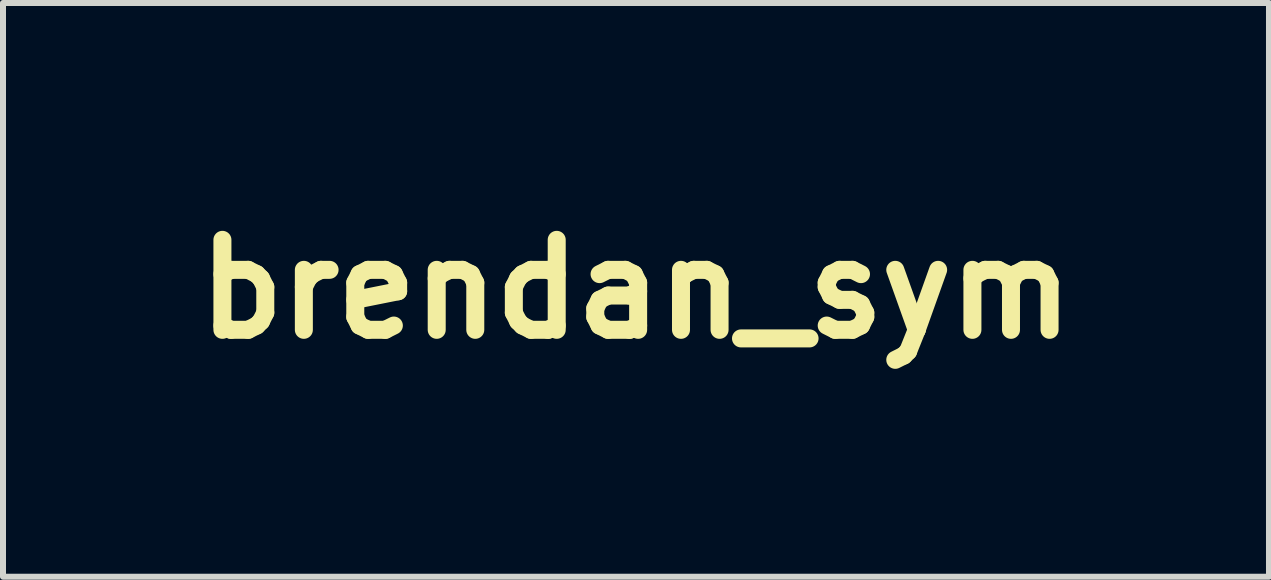
<source format=kicad_pcb>
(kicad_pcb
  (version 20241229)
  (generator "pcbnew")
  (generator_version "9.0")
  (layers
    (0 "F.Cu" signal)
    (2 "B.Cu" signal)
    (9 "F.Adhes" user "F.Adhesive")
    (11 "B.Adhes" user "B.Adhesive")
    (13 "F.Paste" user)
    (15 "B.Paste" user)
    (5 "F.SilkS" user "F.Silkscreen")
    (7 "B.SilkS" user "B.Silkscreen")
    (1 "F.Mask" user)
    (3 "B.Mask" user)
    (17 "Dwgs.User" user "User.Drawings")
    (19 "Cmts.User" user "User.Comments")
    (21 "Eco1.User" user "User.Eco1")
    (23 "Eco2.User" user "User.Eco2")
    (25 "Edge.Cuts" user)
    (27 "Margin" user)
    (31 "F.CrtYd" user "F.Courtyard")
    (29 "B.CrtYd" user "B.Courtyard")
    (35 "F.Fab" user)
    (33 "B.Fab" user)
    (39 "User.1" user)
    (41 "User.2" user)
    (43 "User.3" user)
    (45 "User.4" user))
  (footprint "brendan_sym"
    (layer "F.Cu")
    (at 7.55 1.769)
    (property "Reference" "brendan_sym" (at 0 0 0) (layer "F.SilkS") (effects (font (size 1.5 1.5) (thickness 0.3))))
    (attr board_only exclude_from_pos_files exclude_from_bom)
    (fp_poly (pts (xy 5.668 -0.23) (xy 5.686 -0.219) (xy 5.717 -0.194) (xy 5.733 -0.161) (xy 5.736 -0.105) (xy 5.734 -0.045) (xy 5.733 0.044) (xy 5.747 0.094) (xy 5.78 0.109) (xy 5.836 0.096) (xy 5.839 0.095) (xy 5.895 0.079) (xy 5.926 0.076) (xy 5.996 0.074) (xy 6.031 0.055) (xy 6.041 0.014) (xy 6.041 0.011) (xy 6.051 -0.033) (xy 6.088 -0.065) (xy 6.157 -0.09) (xy 6.239 -0.107) (xy 6.323 -0.117) (xy 6.411 -0.121) (xy 6.487 -0.119) (xy 6.539 -0.111) (xy 6.55 -0.105) (xy 6.558 -0.074) (xy 6.563 -0.007) (xy 6.565 0.087) (xy 6.564 0.197) (xy 6.561 0.312) (xy 6.556 0.424) (xy 6.549 0.521) (xy 6.541 0.593) (xy 6.535 0.62) (xy 6.487 0.722) (xy 6.417 0.786) (xy 6.33 0.809) (xy 6.23 0.788) (xy 6.204 0.776) (xy 6.153 0.753) (xy 6.107 0.745) (xy 6.047 0.752) (xy 5.984 0.765) (xy 5.876 0.782) (xy 5.806 0.778) (xy 5.797 0.774) (xy 5.733 0.765) (xy 5.695 0.773) (xy 5.608 0.781) (xy 5.499 0.752) (xy 5.452 0.731) (xy 5.405 0.696) (xy 5.389 0.645) (xy 5.388 0.619) (xy 5.386 0.605) (xy 5.484 0.605) (xy 5.499 0.629) (xy 5.515 0.642) (xy 5.581 0.672) (xy 5.631 0.671) (xy 5.836 0.671) (xy 5.867 0.67) (xy 5.868 0.669) (xy 5.923 0.656) (xy 5.988 0.641) (xy 6.049 0.62) (xy 6.058 0.607) (xy 6.204 0.607) (xy 6.224 0.654) (xy 6.271 0.679) (xy 6.329 0.678) (xy 6.356 0.666) (xy 6.393 0.627) (xy 6.402 0.598) (xy 6.394 0.565) (xy 6.385 0.56) (xy 6.352 0.56) (xy 6.294 0.56) (xy 6.286 0.56) (xy 6.23 0.565) (xy 6.207 0.585) (xy 6.204 0.607) (xy 6.058 0.607) (xy 6.067 0.595) (xy 6.044 0.573) (xy 5.984 0.561) (xy 5.959 0.56) (xy 5.897 0.564) (xy 5.859 0.575) (xy 5.854 0.581) (xy 5.847 0.62) (xy 5.839 0.642) (xy 5.836 0.671) (xy 5.631 0.671) (xy 5.648 0.67) (xy 5.686 0.648) (xy 5.715 0.604) (xy 5.7 0.574) (xy 5.644 0.56) (xy 5.627 0.56) (xy 5.56 0.566) (xy 5.509 0.581) (xy 5.505 0.584) (xy 5.484 0.605) (xy 5.386 0.605) (xy 5.382 0.561) (xy 5.366 0.526) (xy 5.365 0.525) (xy 5.351 0.493) (xy 5.344 0.429) (xy 5.342 0.345) (xy 5.343 0.342) (xy 5.435 0.342) (xy 5.436 0.414) (xy 5.443 0.448) (xy 5.459 0.453) (xy 5.479 0.444) (xy 5.521 0.435) (xy 5.602 0.43) (xy 5.717 0.428) (xy 5.858 0.429) (xy 5.868 0.43) (xy 6.006 0.433) (xy 6.106 0.432) (xy 6.174 0.429) (xy 6.216 0.421) (xy 6.242 0.408) (xy 6.247 0.404) (xy 6.294 0.38) (xy 6.368 0.382) (xy 6.372 0.383) (xy 6.461 0.397) (xy 6.461 0.199) (xy 6.461 0) (xy 6.382 0) (xy 6.301 0.005) (xy 6.23 0.015) (xy 6.18 0.031) (xy 6.161 0.063) (xy 6.158 0.108) (xy 6.158 0.187) (xy 6.012 0.191) (xy 5.918 0.194) (xy 5.831 0.197) (xy 5.784 0.198) (xy 5.72 0.204) (xy 5.673 0.218) (xy 5.671 0.219) (xy 5.629 0.221) (xy 5.603 0.202) (xy 5.579 0.163) (xy 5.59 0.115) (xy 5.592 0.111) (xy 5.612 0.054) (xy 5.628 -0.022) (xy 5.631 -0.041) (xy 5.637 -0.105) (xy 5.627 -0.135) (xy 5.612 -0.14) (xy 5.542 -0.125) (xy 5.509 -0.08) (xy 5.505 -0.047) (xy 5.497 0.016) (xy 5.477 0.094) (xy 5.47 0.117) (xy 5.449 0.201) (xy 5.436 0.3) (xy 5.435 0.342) (xy 5.343 0.342) (xy 5.347 0.254) (xy 5.358 0.17) (xy 5.368 0.128) (xy 5.386 0.048) (xy 5.403 -0.048) (xy 5.409 -0.093) (xy 5.423 -0.22) (xy 5.527 -0.238) (xy 5.609 -0.245)) (stroke (width 0) (type solid)) (fill yes) (layer "F.Mask"))
    (fp_poly (pts (xy 5.002 -1.764) (xy 5.129 -1.742) (xy 5.203 -1.715) (xy 5.317 -1.637) (xy 5.404 -1.532) (xy 5.465 -1.397) (xy 5.5 -1.228) (xy 5.513 -1.021) (xy 5.513 -0.991) (xy 5.495 -0.767) (xy 5.445 -0.572) (xy 5.359 -0.403) (xy 5.235 -0.256) (xy 5.127 -0.163) (xy 4.988 -0.058) (xy 5.104 -0.039) (xy 5.186 -0.017) (xy 5.233 0.015) (xy 5.242 0.053) (xy 5.227 0.076) (xy 5.196 0.086) (xy 5.129 0.094) (xy 5.036 0.1) (xy 4.941 0.104) (xy 4.831 0.107) (xy 4.745 0.113) (xy 4.668 0.125) (xy 4.588 0.145) (xy 4.49 0.176) (xy 4.368 0.219) (xy 4.176 0.283) (xy 3.957 0.35) (xy 3.728 0.415) (xy 3.507 0.473) (xy 3.319 0.517) (xy 3.239 0.539) (xy 3.181 0.574) (xy 3.125 0.635) (xy 3.115 0.647) (xy 3.002 0.772) (xy 2.884 0.858) (xy 2.748 0.913) (xy 2.652 0.935) (xy 2.547 0.941) (xy 2.46 0.924) (xy 2.403 0.887) (xy 2.397 0.879) (xy 2.38 0.812) (xy 2.383 0.798) (xy 2.519 0.798) (xy 2.539 0.814) (xy 2.59 0.816) (xy 2.661 0.804) (xy 2.74 0.781) (xy 2.787 0.761) (xy 2.851 0.726) (xy 2.911 0.686) (xy 2.957 0.648) (xy 2.981 0.619) (xy 2.974 0.607) (xy 2.972 0.607) (xy 2.913 0.616) (xy 2.834 0.639) (xy 2.746 0.671) (xy 2.659 0.708) (xy 2.585 0.745) (xy 2.535 0.777) (xy 2.519 0.798) (xy 2.383 0.798) (xy 2.396 0.736) (xy 2.432 0.682) (xy 2.484 0.626) (xy 2.414 0.642) (xy 2.357 0.656) (xy 2.272 0.677) (xy 2.177 0.701) (xy 2.172 0.702) (xy 2.008 0.737) (xy 1.85 0.758) (xy 1.709 0.765) (xy 1.596 0.756) (xy 1.549 0.745) (xy 1.471 0.728) (xy 1.375 0.72) (xy 1.329 0.72) (xy 1.242 0.72) (xy 1.182 0.705) (xy 1.139 0.679) (xy 1.078 0.631) (xy 1.017 0.679) (xy 0.936 0.727) (xy 0.829 0.77) (xy 0.716 0.802) (xy 0.618 0.816) (xy 0.611 0.816) (xy 0.524 0.8) (xy 0.465 0.754) (xy 0.443 0.684) (xy 0.443 0.68) (xy 0.438 0.64) (xy 0.429 0.63) (xy 0.408 0.646) (xy 0.365 0.688) (xy 0.312 0.744) (xy 0.212 0.843) (xy 0.114 0.915) (xy 0.024 0.958) (xy -0.052 0.971) (xy -0.108 0.949) (xy -0.124 0.931) (xy -0.138 0.877) (xy -0.119 0.81) (xy -0.087 0.761) (xy 0.093 0.761) (xy 0.108 0.757) (xy 0.146 0.727) (xy 0.175 0.7) (xy 0.22 0.653) (xy 0.244 0.619) (xy 0.246 0.611) (xy 0.225 0.619) (xy 0.187 0.651) (xy 0.144 0.693) (xy 0.109 0.734) (xy 0.093 0.76) (xy 0.093 0.761) (xy -0.087 0.761) (xy -0.064 0.727) (xy 0.027 0.623) (xy 0.043 0.607) (xy 0.112 0.536) (xy 0.155 0.49) (xy 0.169 0.47) (xy 0.154 0.478) (xy 0.107 0.514) (xy 0.028 0.578) (xy -0.084 0.672) (xy -0.105 0.689) (xy -0.231 0.791) (xy -0.356 0.887) (xy -0.474 0.972) (xy -0.578 1.041) (xy -0.662 1.091) (xy -0.72 1.117) (xy -0.734 1.12) (xy -0.779 1.099) (xy -0.814 1.047) (xy -0.833 0.98) (xy -0.831 0.93) (xy -0.817 0.858) (xy -0.899 0.931) (xy -0.951 0.974) (xy -0.99 0.999) (xy -1 1.003) (xy -1.026 1.018) (xy -1.073 1.056) (xy -1.116 1.096) (xy -1.219 1.174) (xy -1.324 1.222) (xy -1.425 1.24) (xy -1.515 1.229) (xy -1.588 1.191) (xy -1.635 1.127) (xy -1.648 1.054) (xy -1.515 1.054) (xy -1.503 1.101) (xy -1.501 1.104) (xy -1.456 1.118) (xy -1.381 1.102) (xy -1.318 1.076) (xy -1.249 1.038) (xy -1.194 0.997) (xy -1.183 0.987) (xy -1.151 0.937) (xy -1.115 0.866) (xy -1.083 0.786) (xy -1.058 0.711) (xy -1.046 0.654) (xy -1.049 0.631) (xy -1.08 0.619) (xy -1.141 0.623) (xy -1.215 0.638) (xy -1.29 0.664) (xy -1.342 0.69) (xy -1.392 0.74) (xy -1.44 0.813) (xy -1.479 0.898) (xy -1.506 0.982) (xy -1.515 1.054) (xy -1.648 1.054) (xy -1.651 1.037) (xy -1.65 1.009) (xy -1.643 0.949) (xy -1.641 0.913) (xy -1.641 0.91) (xy -1.667 0.918) (xy -1.724 0.938) (xy -1.799 0.966) (xy -1.88 0.997) (xy -1.956 1.026) (xy -2.013 1.049) (xy -2.028 1.055) (xy -2.113 1.079) (xy -2.175 1.064) (xy -2.209 1.012) (xy -2.215 0.963) (xy -2.218 0.937) (xy -2.229 0.928) (xy -2.259 0.937) (xy -2.316 0.965) (xy -2.373 0.996) (xy -2.461 1.046) (xy -2.543 1.096) (xy -2.601 1.135) (xy -2.603 1.136) (xy -2.683 1.18) (xy -2.744 1.182) (xy -2.783 1.143) (xy -2.797 1.066) (xy -2.795 1.027) (xy -2.794 0.961) (xy -2.805 0.933) (xy -2.828 0.947) (xy -2.834 0.957) (xy -2.864 0.981) (xy -2.918 1.009) (xy -2.927 1.013) (xy -2.983 1.041) (xy -3.063 1.087) (xy -3.152 1.143) (xy -3.183 1.163) (xy -3.326 1.249) (xy -3.452 1.306) (xy -3.578 1.339) (xy -3.718 1.352) (xy -3.767 1.353) (xy -3.877 1.355) (xy -3.988 1.356) (xy -4.078 1.358) (xy -4.08 1.358) (xy -4.158 1.356) (xy -4.207 1.343) (xy -4.246 1.313) (xy -4.26 1.297) (xy -4.298 1.241) (xy -4.315 1.191) (xy -4.315 1.187) (xy -4.313 1.179) (xy -4.168 1.179) (xy -4.15 1.215) (xy -4.094 1.23) (xy -4.014 1.232) (xy -3.929 1.218) (xy -3.921 1.216) (xy -3.877 1.189) (xy -3.845 1.13) (xy -3.845 1.129) (xy -3.698 1.129) (xy -3.686 1.139) (xy -3.651 1.129) (xy -3.588 1.099) (xy -3.492 1.047) (xy -3.457 1.028) (xy -3.341 0.961) (xy -3.26 0.913) (xy -3.209 0.878) (xy -3.184 0.853) (xy -3.178 0.834) (xy -3.187 0.815) (xy -3.193 0.807) (xy -3.226 0.78) (xy -3.268 0.774) (xy -3.326 0.794) (xy -3.41 0.838) (xy -3.445 0.86) (xy -3.567 0.944) (xy -3.648 1.025) (xy -3.692 1.102) (xy -3.698 1.129) (xy -3.845 1.129) (xy -3.834 1.096) (xy -3.793 1.008) (xy -3.726 0.913) (xy -3.647 0.829) (xy -3.58 0.778) (xy -3.579 0.772) (xy -3.617 0.778) (xy -3.684 0.795) (xy -3.732 0.808) (xy -3.841 0.843) (xy -3.92 0.877) (xy -3.983 0.92) (xy -4.028 0.961) (xy -4.104 1.046) (xy -4.152 1.12) (xy -4.168 1.179) (xy -4.313 1.179) (xy -4.298 1.113) (xy -4.253 1.025) (xy -4.186 0.936) (xy -4.169 0.916) (xy -4.127 0.866) (xy -4.12 0.839) (xy -4.13 0.832) (xy -4.175 0.819) (xy -4.236 0.8) (xy -4.236 0.8) (xy -4.283 0.789) (xy -4.319 0.797) (xy -4.361 0.831) (xy -4.389 0.86) (xy -4.448 0.936) (xy -4.499 1.027) (xy -4.511 1.057) (xy -4.578 1.182) (xy -4.683 1.297) (xy -4.83 1.406) (xy -4.886 1.439) (xy -5.071 1.535) (xy -5.241 1.599) (xy -5.411 1.636) (xy -5.511 1.647) (xy -5.648 1.651) (xy -5.758 1.635) (xy -5.855 1.596) (xy -5.956 1.528) (xy -5.971 1.516) (xy -6.06 1.446) (xy -6.183 1.592) (xy -6.245 1.664) (xy -6.3 1.724) (xy -6.336 1.762) (xy -6.341 1.767) (xy -6.394 1.792) (xy -6.448 1.792) (xy -6.469 1.78) (xy -6.485 1.734) (xy -6.479 1.665) (xy -6.454 1.586) (xy -6.42 1.525) (xy -6.325 1.384) (xy -6.3 1.341) (xy -6.158 1.341) (xy -6.146 1.353) (xy -6.134 1.341) (xy -6.141 1.335) (xy -5.947 1.335) (xy -5.922 1.378) (xy -5.856 1.432) (xy -5.839 1.444) (xy -5.765 1.487) (xy -5.698 1.509) (xy -5.613 1.516) (xy -5.587 1.516) (xy -5.479 1.509) (xy -5.362 1.493) (xy -5.307 1.48) (xy -5.183 1.439) (xy -5.047 1.378) (xy -4.916 1.307) (xy -4.808 1.235) (xy -4.78 1.212) (xy -4.7 1.142) (xy -4.809 1.213) (xy -4.95 1.294) (xy -5.102 1.362) (xy -5.251 1.413) (xy -5.385 1.441) (xy -5.447 1.446) (xy -5.534 1.437) (xy -5.638 1.414) (xy -5.741 1.382) (xy -5.826 1.347) (xy -5.854 1.33) (xy -5.901 1.303) (xy -5.931 1.298) (xy -5.933 1.299) (xy -5.947 1.335) (xy -6.141 1.335) (xy -6.146 1.329) (xy -6.158 1.341) (xy -6.3 1.341) (xy -6.256 1.265) (xy -6.231 1.208) (xy -6.05 1.208) (xy -6.04 1.213) (xy -6.02 1.194) (xy -6.019 1.187) (xy -5.809 1.187) (xy -5.786 1.22) (xy -5.735 1.248) (xy -5.679 1.27) (xy -5.579 1.293) (xy -5.452 1.297) (xy -5.315 1.285) (xy -5.187 1.257) (xy -5.142 1.242) (xy -5.033 1.191) (xy -4.906 1.115) (xy -4.775 1.025) (xy -4.656 0.929) (xy -4.6 0.874) (xy -4.57 0.821) (xy -4.556 0.748) (xy -4.554 0.727) (xy -4.555 0.608) (xy -4.586 0.522) (xy -4.653 0.462) (xy -4.76 0.422) (xy -4.776 0.418) (xy -4.874 0.418) (xy -4.922 0.435) (xy -4.999 0.461) (xy -5.053 0.451) (xy -5.08 0.408) (xy -5.08 0.404) (xy -5.067 0.354) (xy -5.022 0.308) (xy -4.961 0.282) (xy -4.938 0.28) (xy -4.881 0.265) (xy -4.804 0.226) (xy -4.721 0.171) (xy -4.645 0.108) (xy -4.625 0.089) (xy -4.557 -0.004) (xy -4.503 -0.116) (xy -4.468 -0.234) (xy -4.455 -0.347) (xy -4.468 -0.441) (xy -4.479 -0.468) (xy -4.524 -0.506) (xy -4.595 -0.517) (xy -4.684 -0.505) (xy -4.783 -0.473) (xy -4.883 -0.425) (xy -4.975 -0.364) (xy -5.051 -0.294) (xy -5.103 -0.218) (xy -5.109 -0.205) (xy -5.138 -0.132) (xy -5.173 -0.05) (xy -5.18 -0.034) (xy -5.204 0.016) (xy -5.245 0.095) (xy -5.296 0.193) (xy -5.355 0.303) (xy -5.417 0.417) (xy -5.476 0.524) (xy -5.528 0.618) (xy -5.569 0.69) (xy -5.594 0.73) (xy -5.597 0.734) (xy -5.615 0.764) (xy -5.649 0.825) (xy -5.694 0.907) (xy -5.725 0.966) (xy -5.777 1.068) (xy -5.806 1.139) (xy -5.809 1.187) (xy -6.019 1.187) (xy -6.018 1.178) (xy -6.023 1.147) (xy -6.027 1.143) (xy -6.042 1.161) (xy -6.049 1.178) (xy -6.05 1.208) (xy -6.231 1.208) (xy -6.215 1.173) (xy -6.204 1.12) (xy -6.193 1.029) (xy -5.948 1.029) (xy -5.938 1.051) (xy -5.915 1.037) (xy -5.884 0.992) (xy -5.868 0.962) (xy -5.837 0.902) (xy -5.791 0.817) (xy -5.736 0.722) (xy -5.717 0.688) (xy -5.647 0.569) (xy -5.582 0.456) (xy -5.525 0.354) (xy -5.48 0.271) (xy -5.45 0.213) (xy -5.44 0.187) (xy -5.44 0.187) (xy -5.457 0.204) (xy -5.495 0.25) (xy -5.547 0.316) (xy -5.568 0.344) (xy -5.614 0.41) (xy -5.67 0.499) (xy -5.731 0.602) (xy -5.793 0.711) (xy -5.85 0.816) (xy -5.898 0.91) (xy -5.932 0.982) (xy -5.947 1.026) (xy -5.948 1.029) (xy -6.193 1.029) (xy -6.193 1.025) (xy -6.161 0.96) (xy -6.112 0.933) (xy -6.104 0.933) (xy -6.077 0.927) (xy -6.05 0.904) (xy -6.018 0.858) (xy -5.975 0.782) (xy -5.93 0.692) (xy -5.869 0.577) (xy -5.803 0.46) (xy -5.74 0.359) (xy -5.705 0.309) (xy -5.6 0.166) (xy -5.815 0.297) (xy -6.011 0.406) (xy -6.19 0.483) (xy -6.347 0.526) (xy -6.444 0.536) (xy -6.522 0.53) (xy -6.58 0.506) (xy -6.639 0.459) (xy -6.695 0.399) (xy -6.723 0.337) (xy -6.734 0.267) (xy -6.738 0.191) (xy -6.727 0.144) (xy -6.698 0.109) (xy -6.644 0.079) (xy -6.593 0.078) (xy -6.561 0.108) (xy -6.56 0.111) (xy -6.57 0.135) (xy -6.596 0.14) (xy -6.643 0.157) (xy -6.66 0.207) (xy -6.654 0.263) (xy -6.62 0.345) (xy -6.559 0.408) (xy -6.485 0.441) (xy -6.461 0.443) (xy -6.388 0.433) (xy -6.29 0.408) (xy -6.187 0.373) (xy -6.095 0.334) (xy -6.044 0.306) (xy -5.993 0.273) (xy -5.918 0.226) (xy -5.834 0.176) (xy -5.831 0.174) (xy -5.622 0.037) (xy -5.447 -0.11) (xy -5.295 -0.277) (xy -5.172 -0.449) (xy -5.122 -0.515) (xy -5.076 -0.554) (xy -5.057 -0.56) (xy -5.022 -0.55) (xy -5.015 -0.539) (xy -4.995 -0.537) (xy -4.944 -0.551) (xy -4.871 -0.579) (xy -4.857 -0.585) (xy -4.706 -0.636) (xy -4.577 -0.652) (xy -4.472 -0.633) (xy -4.424 -0.605) (xy -4.363 -0.529) (xy -4.331 -0.426) (xy -4.326 -0.304) (xy -4.348 -0.171) (xy -4.394 -0.036) (xy -4.465 0.092) (xy -4.534 0.18) (xy -4.592 0.245) (xy -4.622 0.285) (xy -4.628 0.311) (xy -4.615 0.33) (xy -4.604 0.338) (xy -4.563 0.365) (xy -4.543 0.372) (xy -4.523 0.391) (xy -4.49 0.439) (xy -4.473 0.467) (xy -4.427 0.532) (xy -4.388 0.552) (xy -4.381 0.552) (xy -4.34 0.561) (xy -4.289 0.598) (xy -4.278 0.608) (xy -4.187 0.671) (xy -4.096 0.699) (xy -4.021 0.711) (xy -3.964 0.708) (xy -3.903 0.685) (xy -3.862 0.665) (xy -3.766 0.627) (xy -3.674 0.608) (xy -3.594 0.608) (xy -3.534 0.626) (xy -3.504 0.662) (xy -3.504 0.694) (xy -3.508 0.72) (xy -3.496 0.725) (xy -3.459 0.707) (xy -3.42 0.685) (xy -3.35 0.652) (xy -3.288 0.632) (xy -3.27 0.63) (xy -3.18 0.649) (xy -3.103 0.701) (xy -3.05 0.774) (xy -3.033 0.846) (xy -3.029 0.891) (xy -3.009 0.897) (xy -2.98 0.884) (xy -2.928 0.851) (xy -2.866 0.803) (xy -2.851 0.79) (xy -2.77 0.736) (xy -2.706 0.725) (xy -2.661 0.755) (xy -2.64 0.822) (xy -2.643 0.896) (xy -2.657 0.999) (xy -2.524 0.929) (xy -2.436 0.879) (xy -2.351 0.824) (xy -2.305 0.791) (xy -2.245 0.75) (xy -2.196 0.726) (xy -2.182 0.723) (xy -2.146 0.744) (xy -2.117 0.798) (xy -2.101 0.87) (xy -2.099 0.9) (xy -2.096 0.939) (xy -2.076 0.941) (xy -2.047 0.924) (xy -1.994 0.898) (xy -1.918 0.868) (xy -1.876 0.854) (xy -1.696 0.772) (xy -1.52 0.646) (xy -1.394 0.524) (xy -1.346 0.478) (xy -1.174 0.478) (xy -1.083 0.492) (xy -1.021 0.502) (xy -0.981 0.509) (xy -0.977 0.51) (xy -0.962 0.492) (xy -0.949 0.449) (xy -0.943 0.4) (xy -0.945 0.377) (xy -0.969 0.381) (xy -1.02 0.403) (xy -1.064 0.423) (xy -1.174 0.478) (xy -1.346 0.478) (xy -1.285 0.42) (xy -1.177 0.339) (xy -1.074 0.284) (xy -0.982 0.256) (xy -0.905 0.255) (xy -0.85 0.283) (xy -0.821 0.342) (xy -0.817 0.382) (xy -0.827 0.452) (xy -0.849 0.532) (xy -0.854 0.548) (xy -0.88 0.622) (xy -0.9 0.688) (xy -0.903 0.7) (xy -0.909 0.733) (xy -0.901 0.739) (xy -0.872 0.716) (xy -0.835 0.682) (xy -0.78 0.616) (xy -0.727 0.529) (xy -0.699 0.472) (xy -0.672 0.411) (xy -0.626 0.317) (xy -0.564 0.195) (xy -0.491 0.052) (xy -0.41 -0.104) (xy -0.324 -0.268) (xy -0.237 -0.431) (xy -0.153 -0.588) (xy -0.075 -0.732) (xy -0.007 -0.855) (xy 0.048 -0.952) (xy 0.059 -0.971) (xy 0.16 -1.131) (xy 0.245 -1.248) (xy 0.317 -1.322) (xy 0.374 -1.352) (xy 0.384 -1.353) (xy 0.432 -1.339) (xy 0.452 -1.317) (xy 0.456 -1.305) (xy 0.456 -1.291) (xy 0.451 -1.269) (xy 0.439 -1.236) (xy 0.416 -1.187) (xy 0.382 -1.117) (xy 0.334 -1.021) (xy 0.27 -0.895) (xy 0.187 -0.734) (xy 0.146 -0.653) (xy 0.037 -0.442) (xy -0.053 -0.267) (xy -0.127 -0.124) (xy -0.187 -0.008) (xy -0.238 0.086) (xy -0.28 0.162) (xy -0.318 0.225) (xy -0.354 0.281) (xy -0.39 0.333) (xy -0.429 0.388) (xy -0.475 0.448) (xy -0.53 0.52) (xy -0.534 0.525) (xy -0.61 0.643) (xy -0.666 0.763) (xy -0.696 0.873) (xy -0.7 0.916) (xy -0.697 0.943) (xy -0.683 0.947) (xy -0.644 0.926) (xy -0.624 0.913) (xy -0.502 0.831) (xy -0.362 0.726) (xy -0.217 0.609) (xy -0.105 0.514) (xy 0.001 0.427) (xy 0.111 0.348) (xy 0.216 0.282) (xy 0.309 0.234) (xy 0.378 0.211) (xy 0.393 0.21) (xy 0.447 0.232) (xy 0.496 0.291) (xy 0.535 0.379) (xy 0.56 0.486) (xy 0.564 0.54) (xy 0.571 0.688) (xy 0.651 0.682) (xy 0.77 0.654) (xy 0.896 0.596) (xy 1.01 0.514) (xy 1.08 0.464) (xy 1.132 0.455) (xy 1.173 0.487) (xy 1.193 0.524) (xy 1.213 0.557) (xy 1.241 0.574) (xy 1.291 0.582) (xy 1.365 0.583) (xy 1.46 0.589) (xy 1.551 0.605) (xy 1.598 0.62) (xy 1.645 0.636) (xy 1.697 0.644) (xy 1.76 0.644) (xy 1.841 0.634) (xy 1.928 0.618) (xy 2.496 0.618) (xy 2.507 0.63) (xy 2.519 0.618) (xy 2.507 0.606) (xy 2.496 0.618) (xy 1.928 0.618) (xy 1.947 0.615) (xy 2.084 0.584) (xy 2.258 0.542) (xy 2.286 0.535) (xy 2.453 0.494) (xy 2.58 0.464) (xy 2.674 0.443) (xy 2.74 0.431) (xy 2.785 0.427) (xy 2.813 0.43) (xy 2.831 0.439) (xy 2.842 0.45) (xy 2.869 0.47) (xy 2.914 0.472) (xy 2.98 0.461) (xy 3.052 0.443) (xy 3.103 0.421) (xy 3.142 0.384) (xy 3.161 0.354) (xy 3.309 0.354) (xy 3.309 0.373) (xy 3.337 0.368) (xy 3.401 0.352) (xy 3.493 0.329) (xy 3.603 0.301) (xy 3.629 0.294) (xy 3.792 0.251) (xy 3.946 0.209) (xy 4.086 0.17) (xy 4.205 0.136) (xy 4.298 0.108) (xy 4.358 0.089) (xy 4.379 0.079) (xy 4.379 0.079) (xy 4.355 0.078) (xy 4.292 0.08) (xy 4.198 0.084) (xy 4.08 0.09) (xy 3.977 0.095) (xy 3.839 0.102) (xy 3.712 0.106) (xy 3.605 0.108) (xy 3.529 0.107) (xy 3.499 0.105) (xy 3.454 0.101) (xy 3.424 0.109) (xy 3.399 0.139) (xy 3.369 0.2) (xy 3.354 0.233) (xy 3.325 0.304) (xy 3.309 0.354) (xy 3.161 0.354) (xy 3.18 0.324) (xy 3.224 0.238) (xy 3.263 0.151) (xy 3.279 0.099) (xy 3.272 0.076) (xy 3.27 0.075) (xy 3.234 0.055) (xy 3.182 0.016) (xy 3.171 0.007) (xy 3.148 -0.016) (xy 3.469 -0.016) (xy 3.734 -0.031) (xy 3.859 -0.038) (xy 4.013 -0.045) (xy 4.178 -0.053) (xy 4.335 -0.06) (xy 4.362 -0.061) (xy 4.514 -0.068) (xy 4.629 -0.078) (xy 4.72 -0.092) (xy 4.795 -0.116) (xy 4.865 -0.151) (xy 4.942 -0.201) (xy 5.035 -0.269) (xy 5.154 -0.371) (xy 5.239 -0.476) (xy 5.3 -0.597) (xy 5.324 -0.665) (xy 5.367 -0.839) (xy 5.379 -1.005) (xy 5.365 -1.16) (xy 5.336 -1.319) (xy 5.295 -1.438) (xy 5.238 -1.523) (xy 5.159 -1.578) (xy 5.052 -1.611) (xy 4.936 -1.626) (xy 4.76 -1.622) (xy 4.583 -1.581) (xy 4.402 -1.502) (xy 4.214 -1.383) (xy 4.015 -1.223) (xy 3.887 -1.104) (xy 3.805 -1.021) (xy 3.752 -0.963) (xy 3.725 -0.921) (xy 3.718 -0.89) (xy 3.721 -0.877) (xy 3.744 -0.788) (xy 3.75 -0.723) (xy 3.742 -0.686) (xy 3.721 -0.683) (xy 3.69 -0.719) (xy 3.671 -0.751) (xy 3.632 -0.826) (xy 3.58 -0.76) (xy 3.556 -0.724) (xy 3.539 -0.678) (xy 3.527 -0.614) (xy 3.518 -0.52) (xy 3.512 -0.435) (xy 3.504 -0.32) (xy 3.496 -0.216) (xy 3.488 -0.134) (xy 3.482 -0.096) (xy 3.469 -0.016) (xy 3.148 -0.016) (xy 3.128 -0.037) (xy 3.107 -0.086) (xy 3.103 -0.151) (xy 3.225 -0.151) (xy 3.243 -0.11) (xy 3.267 -0.087) (xy 3.305 -0.063) (xy 3.333 -0.065) (xy 3.354 -0.099) (xy 3.37 -0.169) (xy 3.385 -0.281) (xy 3.386 -0.291) (xy 3.395 -0.386) (xy 3.4 -0.464) (xy 3.4 -0.512) (xy 3.399 -0.521) (xy 3.384 -0.52) (xy 3.357 -0.486) (xy 3.323 -0.43) (xy 3.287 -0.362) (xy 3.256 -0.293) (xy 3.235 -0.231) (xy 3.23 -0.213) (xy 3.225 -0.151) (xy 3.103 -0.151) (xy 3.102 -0.159) (xy 3.102 -0.163) (xy 3.124 -0.309) (xy 3.188 -0.464) (xy 3.294 -0.624) (xy 3.294 -0.625) (xy 3.341 -0.688) (xy 3.369 -0.736) (xy 3.382 -0.786) (xy 3.386 -0.853) (xy 3.384 -0.932) (xy 3.383 -1.004) (xy 3.477 -1.004) (xy 3.483 -0.953) (xy 3.485 -0.944) (xy 3.5 -0.903) (xy 3.522 -0.901) (xy 3.535 -0.911) (xy 3.557 -0.937) (xy 3.545 -0.966) (xy 3.53 -0.983) (xy 3.494 -1.014) (xy 3.477 -1.004) (xy 3.383 -1.004) (xy 3.383 -1.026) (xy 3.386 -1.083) (xy 3.398 -1.117) (xy 3.419 -1.137) (xy 3.43 -1.144) (xy 3.468 -1.157) (xy 3.503 -1.145) (xy 3.549 -1.103) (xy 3.617 -1.036) (xy 3.806 -1.219) (xy 3.974 -1.368) (xy 4.148 -1.501) (xy 4.32 -1.611) (xy 4.48 -1.693) (xy 4.575 -1.729) (xy 4.711 -1.758) (xy 4.858 -1.769)) (stroke (width 0) (type solid)) (fill yes) (layer "F.Mask")))
  (gr_rect
    (start -3 -3)
    (end 18.1 6.562)
    (stroke (width 0.1) (type default))
    (fill no)
    (layer "Edge.Cuts")))
</source>
